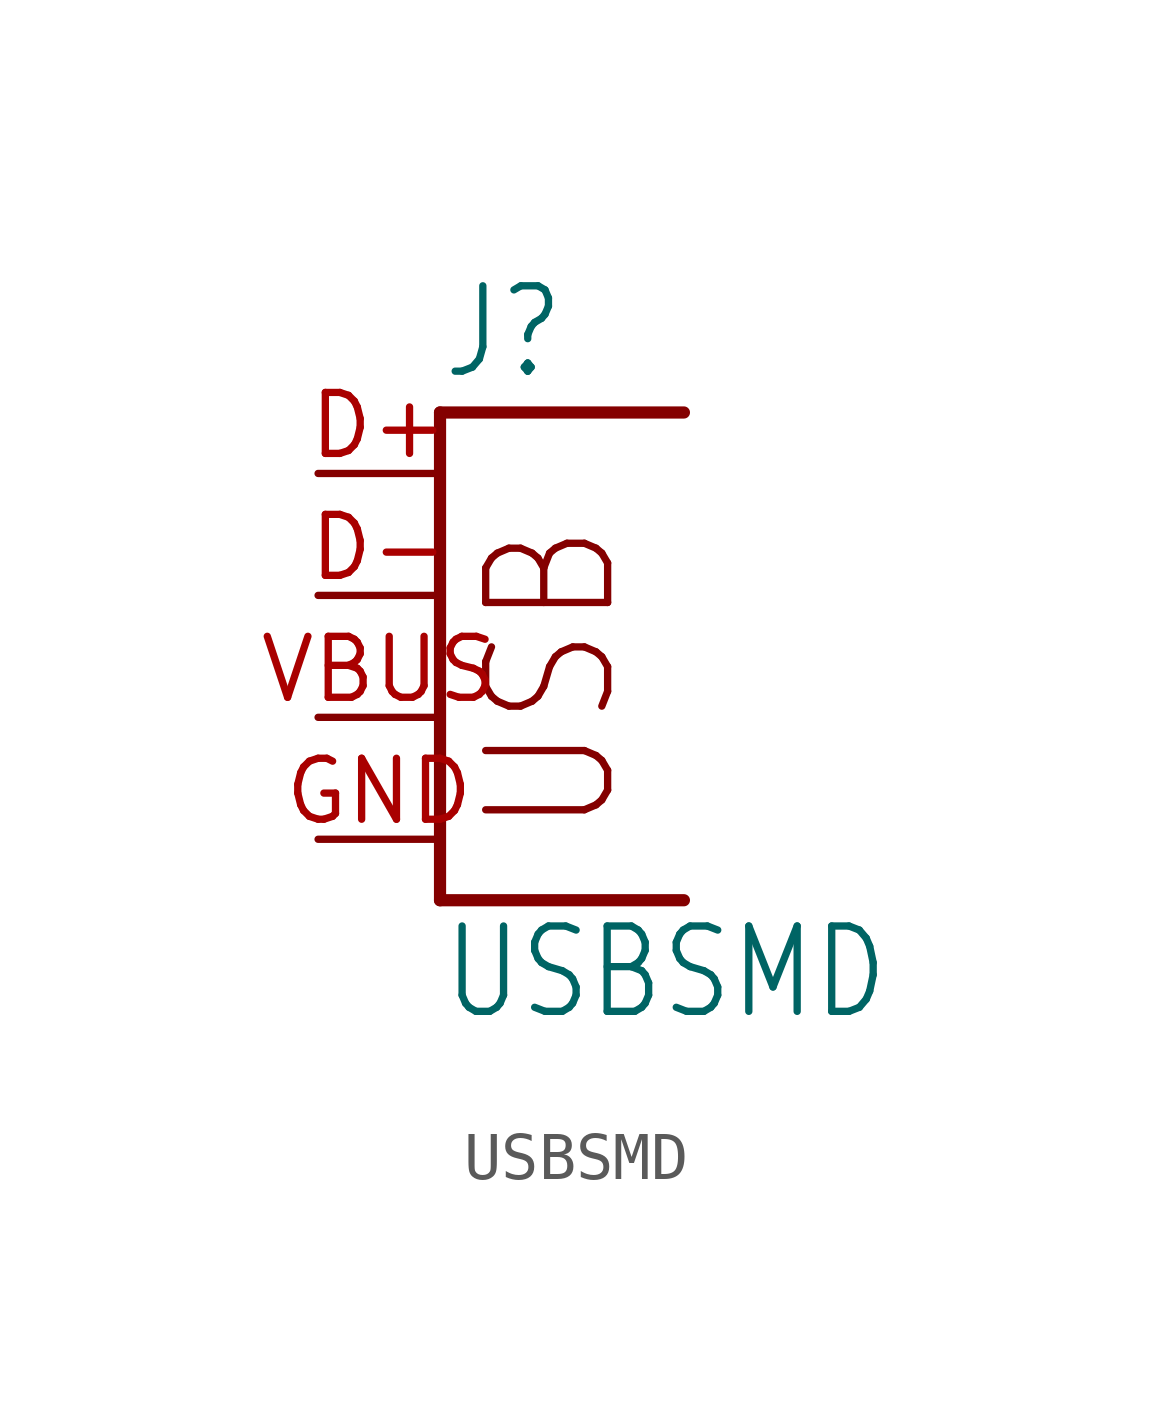
<source format=kicad_sym>
(kicad_symbol_lib
  (version 20211014)
  (generator kicad_symbol_editor)
  (symbol "USBSMD"
    (property "Reference" "J"
      (at 0 9.525 0)
      (effects (font (size 1.778 1.511)) (justify left bottom)))
    (property "Value" "USBSMD"
      (at 0 -3.81 0)
      (effects (font (size 1.778 1.511)) (justify left bottom)))
    (property "ki_locked" ""
      (at 0 0 0)
      (effects (font (size 1.27 1.27))))
    (symbol "USBSMD_1_0"
      (polyline (pts (xy 0 -1.27) (xy 5.08 -1.27)) (stroke (width 0.254) (type default) (color 0 0 0 0)) (fill (type none)))
      (polyline (pts (xy 0 8.89) (xy 0 -1.27)) (stroke (width 0.254) (type default) (color 0 0 0 0)) (fill (type none)))
      (polyline (pts (xy 5.08 8.89) (xy 0 8.89)) (stroke (width 0.254) (type default) (color 0 0 0 0)) (fill (type none)))
      (text "USB" (at 3.81 0 900) (effects (font (size 2.54 2.159)) (justify left bottom)))
      (pin bidirectional line (at -2.54 7.62 0) (length 2.54) (name "D+" (effects (font (size 0 0)))) (number "D+" (effects (font (size 1.27 1.27)))))
      (pin bidirectional line (at -2.54 5.08 0) (length 2.54) (name "D-" (effects (font (size 0 0)))) (number "D-" (effects (font (size 1.27 1.27)))))
      (pin bidirectional line (at -2.54 0 0) (length 2.54) (name "GND" (effects (font (size 0 0)))) (number "GND" (effects (font (size 1.27 1.27)))))
      (pin bidirectional line (at -2.54 2.54 0) (length 2.54) (name "VBUS" (effects (font (size 0 0)))) (number "VBUS" (effects (font (size 1.27 1.27))))))))
</source>
